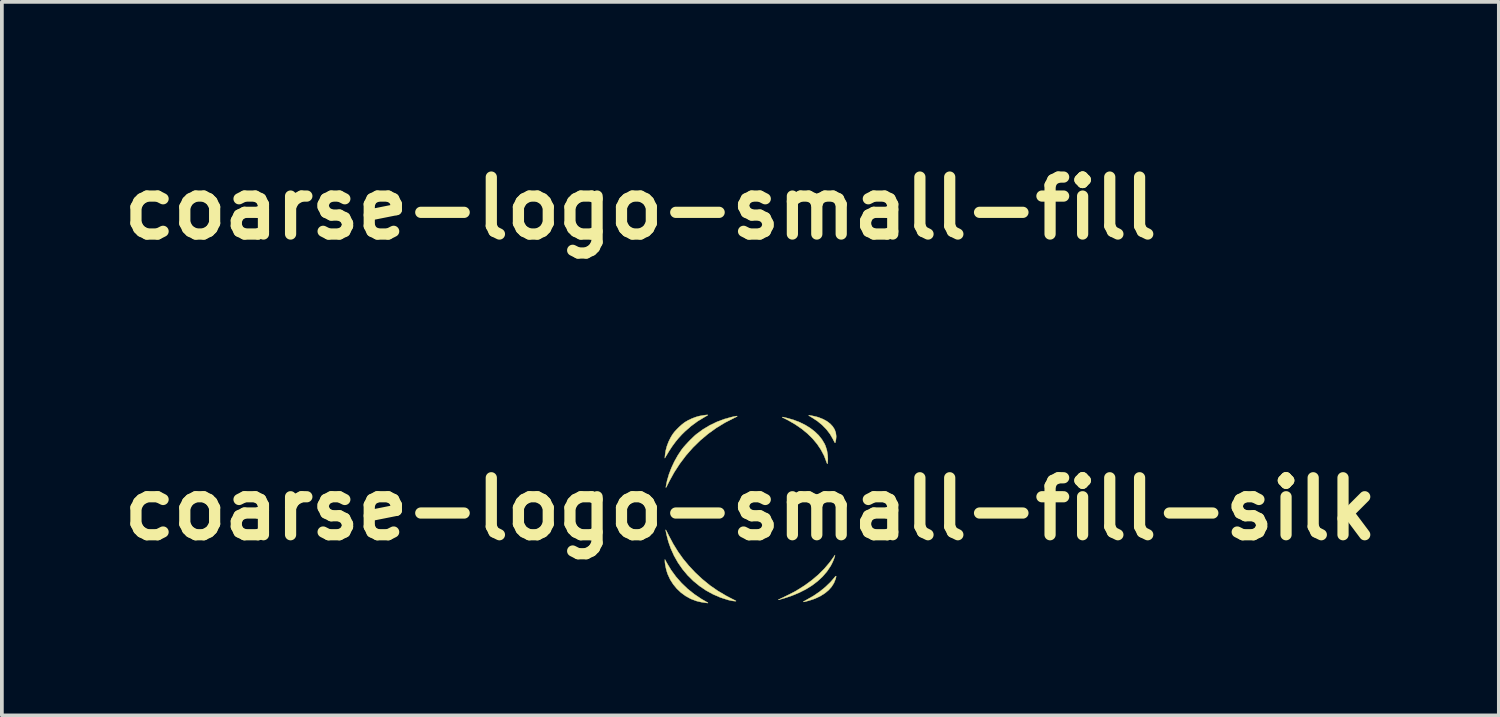
<source format=kicad_pcb>
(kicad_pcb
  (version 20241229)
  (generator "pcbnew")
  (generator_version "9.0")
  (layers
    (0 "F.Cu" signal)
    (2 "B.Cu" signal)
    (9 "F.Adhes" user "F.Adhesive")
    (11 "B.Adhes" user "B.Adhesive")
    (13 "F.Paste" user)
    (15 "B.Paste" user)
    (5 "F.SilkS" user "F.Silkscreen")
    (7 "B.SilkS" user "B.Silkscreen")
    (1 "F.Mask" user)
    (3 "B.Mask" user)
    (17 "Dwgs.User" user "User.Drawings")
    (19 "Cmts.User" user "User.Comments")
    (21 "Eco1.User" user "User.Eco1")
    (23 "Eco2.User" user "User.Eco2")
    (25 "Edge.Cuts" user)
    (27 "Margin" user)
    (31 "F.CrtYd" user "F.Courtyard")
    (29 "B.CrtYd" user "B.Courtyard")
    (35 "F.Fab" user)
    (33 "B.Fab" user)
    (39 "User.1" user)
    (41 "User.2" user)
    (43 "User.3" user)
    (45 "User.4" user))
  (footprint "coarse-logo-small-fill"
    (layer "F.Cu")
    (at 14.086 2.522)
    (property "Reference" "coarse-logo-small-fill" (at 0 0 0) (layer "F.SilkS") (effects (font (size 1.524 1.524) (thickness 0.3))))
    (attr through_hole)
    (fp_poly (pts (xy 2.295 1.815) (xy 2.286 1.851) (xy 2.28 1.874) (xy 2.237 1.981) (xy 2.175 2.081) (xy 2.094 2.172) (xy 1.994 2.255) (xy 1.877 2.329) (xy 1.743 2.393) (xy 1.731 2.398) (xy 1.685 2.415) (xy 1.631 2.433) (xy 1.574 2.45) (xy 1.518 2.466) (xy 1.47 2.478) (xy 1.433 2.485) (xy 1.417 2.487) (xy 1.418 2.483) (xy 1.435 2.471) (xy 1.465 2.453) (xy 1.505 2.431) (xy 1.508 2.429) (xy 1.687 2.327) (xy 1.853 2.214) (xy 2.005 2.091) (xy 2.141 1.961) (xy 2.234 1.854) (xy 2.265 1.817) (xy 2.285 1.798) (xy 2.295 1.797) (xy 2.295 1.815)) (stroke (width 0.01) (type solid)) (fill yes) (layer "F.Mask"))
    (fp_poly (pts (xy -2.237 1.439) (xy -2.123 1.63) (xy -1.991 1.811) (xy -1.842 1.981) (xy -1.678 2.138) (xy -1.499 2.281) (xy -1.307 2.41) (xy -1.23 2.454) (xy -1.18 2.483) (xy -1.148 2.503) (xy -1.133 2.514) (xy -1.135 2.518) (xy -1.14 2.517) (xy -1.156 2.515) (xy -1.18 2.512) (xy -1.306 2.494) (xy -1.413 2.47) (xy -1.455 2.458) (xy -1.598 2.403) (xy -1.731 2.329) (xy -1.855 2.239) (xy -1.966 2.134) (xy -2.063 2.016) (xy -2.145 1.887) (xy -2.209 1.749) (xy -2.223 1.71) (xy -2.245 1.638) (xy -2.263 1.562) (xy -2.277 1.49) (xy -2.285 1.427) (xy -2.286 1.398) (xy -2.286 1.349) (xy -2.237 1.439)) (stroke (width 0.01) (type solid)) (fill yes) (layer "F.Mask"))
    (fp_poly (pts (xy 0.884 -2.455) (xy 0.928 -2.445) (xy 0.984 -2.432) (xy 1.156 -2.383) (xy 1.317 -2.321) (xy 1.466 -2.248) (xy 1.602 -2.164) (xy 1.723 -2.071) (xy 1.828 -1.97) (xy 1.915 -1.86) (xy 1.985 -1.744) (xy 2.009 -1.691) (xy 2.048 -1.57) (xy 2.069 -1.442) (xy 2.074 -1.342) (xy 2.072 -1.279) (xy 2.069 -1.236) (xy 2.065 -1.214) (xy 2.058 -1.211) (xy 2.049 -1.226) (xy 2.038 -1.256) (xy 1.975 -1.422) (xy 1.891 -1.582) (xy 1.789 -1.735) (xy 1.668 -1.88) (xy 1.528 -2.018) (xy 1.371 -2.146) (xy 1.197 -2.265) (xy 1.007 -2.375) (xy 0.942 -2.408) (xy 0.895 -2.431) (xy 0.865 -2.447) (xy 0.853 -2.456) (xy 0.859 -2.459) (xy 0.884 -2.455)) (stroke (width 0.01) (type solid)) (fill yes) (layer "F.Mask"))
    (fp_poly (pts (xy 1.601 -2.502) (xy 1.641 -2.495) (xy 1.688 -2.485) (xy 1.736 -2.474) (xy 1.783 -2.463) (xy 1.822 -2.451) (xy 1.83 -2.449) (xy 1.949 -2.401) (xy 2.051 -2.345) (xy 2.137 -2.279) (xy 2.205 -2.206) (xy 2.255 -2.126) (xy 2.286 -2.04) (xy 2.297 -1.949) (xy 2.297 -1.946) (xy 2.295 -1.906) (xy 2.291 -1.863) (xy 2.284 -1.823) (xy 2.277 -1.791) (xy 2.27 -1.771) (xy 2.266 -1.768) (xy 2.259 -1.777) (xy 2.245 -1.802) (xy 2.226 -1.837) (xy 2.209 -1.871) (xy 2.133 -2.003) (xy 2.037 -2.128) (xy 1.923 -2.245) (xy 1.793 -2.352) (xy 1.646 -2.448) (xy 1.638 -2.453) (xy 1.602 -2.474) (xy 1.575 -2.492) (xy 1.56 -2.502) (xy 1.559 -2.505) (xy 1.572 -2.505) (xy 1.601 -2.502)) (stroke (width 0.01) (type solid)) (fill yes) (layer "F.Mask"))
    (fp_poly (pts (xy -1.136 -2.515) (xy -1.142 -2.509) (xy -1.164 -2.494) (xy -1.197 -2.475) (xy -1.223 -2.46) (xy -1.407 -2.349) (xy -1.585 -2.218) (xy -1.753 -2.071) (xy -1.837 -1.988) (xy -1.924 -1.892) (xy -2.006 -1.792) (xy -2.086 -1.683) (xy -2.167 -1.561) (xy -2.25 -1.423) (xy -2.254 -1.418) (xy -2.288 -1.36) (xy -2.282 -1.439) (xy -2.265 -1.557) (xy -2.232 -1.681) (xy -2.185 -1.804) (xy -2.126 -1.922) (xy -2.074 -2.005) (xy -2.029 -2.064) (xy -1.97 -2.128) (xy -1.904 -2.194) (xy -1.836 -2.255) (xy -1.771 -2.306) (xy -1.747 -2.323) (xy -1.662 -2.373) (xy -1.564 -2.419) (xy -1.464 -2.457) (xy -1.401 -2.476) (xy -1.36 -2.486) (xy -1.313 -2.495) (xy -1.263 -2.503) (xy -1.216 -2.51) (xy -1.176 -2.515) (xy -1.147 -2.517) (xy -1.136 -2.515)) (stroke (width 0.01) (type solid)) (fill yes) (layer "F.Mask"))
    (fp_poly (pts (xy 2.259 1.265) (xy 2.247 1.306) (xy 2.228 1.359) (xy 2.203 1.418) (xy 2.175 1.476) (xy 2.147 1.528) (xy 2.146 1.529) (xy 2.05 1.673) (xy 1.935 1.807) (xy 1.801 1.932) (xy 1.651 2.046) (xy 1.484 2.15) (xy 1.3 2.243) (xy 1.101 2.325) (xy 0.921 2.384) (xy 0.87 2.399) (xy 0.824 2.412) (xy 0.787 2.422) (xy 0.767 2.427) (xy 0.746 2.431) (xy 0.745 2.43) (xy 0.762 2.422) (xy 0.843 2.384) (xy 0.926 2.344) (xy 1.009 2.303) (xy 1.087 2.264) (xy 1.156 2.228) (xy 1.212 2.198) (xy 1.234 2.185) (xy 1.446 2.052) (xy 1.641 1.91) (xy 1.818 1.76) (xy 1.976 1.603) (xy 2.115 1.44) (xy 2.17 1.367) (xy 2.197 1.328) (xy 2.223 1.292) (xy 2.242 1.266) (xy 2.247 1.259) (xy 2.266 1.233) (xy 2.259 1.265)) (stroke (width 0.01) (type solid)) (fill yes) (layer "F.Mask"))
    (fp_poly (pts (xy -0.349 -2.482) (xy -0.361 -2.472) (xy -0.39 -2.456) (xy -0.434 -2.435) (xy -0.678 -2.31) (xy -0.911 -2.168) (xy -1.133 -2.008) (xy -1.342 -1.832) (xy -1.537 -1.641) (xy -1.719 -1.434) (xy -1.886 -1.213) (xy -2.038 -0.979) (xy -2.174 -0.732) (xy -2.192 -0.695) (xy -2.22 -0.64) (xy -2.239 -0.602) (xy -2.252 -0.58) (xy -2.258 -0.573) (xy -2.261 -0.578) (xy -2.259 -0.593) (xy -2.227 -0.757) (xy -2.177 -0.928) (xy -2.112 -1.099) (xy -2.033 -1.268) (xy -1.942 -1.431) (xy -1.84 -1.584) (xy -1.824 -1.605) (xy -1.782 -1.658) (xy -1.728 -1.719) (xy -1.666 -1.786) (xy -1.601 -1.853) (xy -1.537 -1.915) (xy -1.479 -1.97) (xy -1.439 -2.003) (xy -1.269 -2.128) (xy -1.085 -2.238) (xy -0.892 -2.331) (xy -0.692 -2.406) (xy -0.495 -2.46) (xy -0.429 -2.474) (xy -0.383 -2.483) (xy -0.356 -2.485) (xy -0.349 -2.482)) (stroke (width 0.01) (type solid)) (fill yes) (layer "F.Mask"))
    (fp_poly (pts (xy -2.26 0.562) (xy -2.248 0.583) (xy -2.229 0.618) (xy -2.206 0.664) (xy -2.181 0.714) (xy -2.063 0.936) (xy -1.936 1.142) (xy -1.798 1.335) (xy -1.645 1.52) (xy -1.477 1.699) (xy -1.282 1.881) (xy -1.081 2.045) (xy -0.869 2.192) (xy -0.644 2.325) (xy -0.524 2.388) (xy -0.475 2.413) (xy -0.433 2.434) (xy -0.401 2.451) (xy -0.384 2.46) (xy -0.382 2.462) (xy -0.385 2.466) (xy -0.404 2.467) (xy -0.436 2.464) (xy -0.477 2.459) (xy -0.523 2.45) (xy -0.571 2.44) (xy -0.597 2.433) (xy -0.801 2.368) (xy -0.997 2.283) (xy -1.184 2.181) (xy -1.359 2.062) (xy -1.523 1.928) (xy -1.674 1.779) (xy -1.811 1.616) (xy -1.933 1.441) (xy -2.039 1.255) (xy -2.128 1.058) (xy -2.185 0.898) (xy -2.2 0.848) (xy -2.215 0.79) (xy -2.23 0.731) (xy -2.244 0.673) (xy -2.255 0.622) (xy -2.262 0.582) (xy -2.265 0.558) (xy -2.265 0.557) (xy -2.26 0.562)) (stroke (width 0.01) (type solid)) (fill yes) (layer "F.Mask")))
  (footprint "coarse-logo-small-fill-silk"
    (layer "F.Cu")
    (at 17.025 10.567)
    (property "Reference" "coarse-logo-small-fill-silk" (at 0 0 0) (layer "F.SilkS") (effects (font (size 1.524 1.524) (thickness 0.3))))
    (attr through_hole)
    (fp_poly (pts (xy 2.295 1.815) (xy 2.286 1.851) (xy 2.28 1.874) (xy 2.237 1.981) (xy 2.175 2.081) (xy 2.094 2.172) (xy 1.994 2.255) (xy 1.877 2.329) (xy 1.743 2.393) (xy 1.731 2.398) (xy 1.685 2.415) (xy 1.631 2.433) (xy 1.574 2.45) (xy 1.518 2.466) (xy 1.47 2.478) (xy 1.433 2.485) (xy 1.417 2.487) (xy 1.418 2.483) (xy 1.435 2.471) (xy 1.465 2.453) (xy 1.505 2.431) (xy 1.508 2.429) (xy 1.687 2.327) (xy 1.853 2.214) (xy 2.005 2.091) (xy 2.141 1.961) (xy 2.234 1.854) (xy 2.265 1.817) (xy 2.285 1.798) (xy 2.295 1.797) (xy 2.295 1.815)) (stroke (width 0.01) (type solid)) (fill yes) (layer "F.SilkS"))
    (fp_poly (pts (xy -2.237 1.439) (xy -2.123 1.63) (xy -1.991 1.811) (xy -1.842 1.981) (xy -1.678 2.138) (xy -1.499 2.281) (xy -1.307 2.41) (xy -1.23 2.454) (xy -1.18 2.483) (xy -1.148 2.503) (xy -1.133 2.514) (xy -1.135 2.518) (xy -1.14 2.517) (xy -1.156 2.515) (xy -1.18 2.512) (xy -1.306 2.494) (xy -1.413 2.47) (xy -1.455 2.458) (xy -1.598 2.403) (xy -1.731 2.329) (xy -1.855 2.239) (xy -1.966 2.134) (xy -2.063 2.016) (xy -2.145 1.887) (xy -2.209 1.749) (xy -2.223 1.71) (xy -2.245 1.638) (xy -2.263 1.562) (xy -2.277 1.49) (xy -2.285 1.427) (xy -2.286 1.398) (xy -2.286 1.349) (xy -2.237 1.439)) (stroke (width 0.01) (type solid)) (fill yes) (layer "F.SilkS"))
    (fp_poly (pts (xy 0.884 -2.455) (xy 0.928 -2.445) (xy 0.984 -2.432) (xy 1.156 -2.383) (xy 1.317 -2.321) (xy 1.466 -2.248) (xy 1.602 -2.164) (xy 1.723 -2.071) (xy 1.828 -1.97) (xy 1.915 -1.86) (xy 1.985 -1.744) (xy 2.009 -1.691) (xy 2.048 -1.57) (xy 2.069 -1.442) (xy 2.074 -1.342) (xy 2.072 -1.279) (xy 2.069 -1.236) (xy 2.065 -1.214) (xy 2.058 -1.211) (xy 2.049 -1.226) (xy 2.038 -1.256) (xy 1.975 -1.422) (xy 1.891 -1.582) (xy 1.789 -1.735) (xy 1.668 -1.88) (xy 1.528 -2.018) (xy 1.371 -2.146) (xy 1.197 -2.265) (xy 1.007 -2.375) (xy 0.942 -2.408) (xy 0.895 -2.431) (xy 0.865 -2.447) (xy 0.853 -2.456) (xy 0.859 -2.459) (xy 0.884 -2.455)) (stroke (width 0.01) (type solid)) (fill yes) (layer "F.SilkS"))
    (fp_poly (pts (xy 1.601 -2.502) (xy 1.641 -2.495) (xy 1.688 -2.485) (xy 1.736 -2.474) (xy 1.783 -2.463) (xy 1.822 -2.451) (xy 1.83 -2.449) (xy 1.949 -2.401) (xy 2.051 -2.345) (xy 2.137 -2.279) (xy 2.205 -2.206) (xy 2.255 -2.126) (xy 2.286 -2.04) (xy 2.297 -1.949) (xy 2.297 -1.946) (xy 2.295 -1.906) (xy 2.291 -1.863) (xy 2.284 -1.823) (xy 2.277 -1.791) (xy 2.27 -1.771) (xy 2.266 -1.768) (xy 2.259 -1.777) (xy 2.245 -1.802) (xy 2.226 -1.837) (xy 2.209 -1.871) (xy 2.133 -2.003) (xy 2.037 -2.128) (xy 1.923 -2.245) (xy 1.793 -2.352) (xy 1.646 -2.448) (xy 1.638 -2.453) (xy 1.602 -2.474) (xy 1.575 -2.492) (xy 1.56 -2.502) (xy 1.559 -2.505) (xy 1.572 -2.505) (xy 1.601 -2.502)) (stroke (width 0.01) (type solid)) (fill yes) (layer "F.SilkS"))
    (fp_poly (pts (xy -1.136 -2.515) (xy -1.142 -2.509) (xy -1.164 -2.494) (xy -1.197 -2.475) (xy -1.223 -2.46) (xy -1.407 -2.349) (xy -1.585 -2.218) (xy -1.753 -2.071) (xy -1.837 -1.988) (xy -1.924 -1.892) (xy -2.006 -1.792) (xy -2.086 -1.683) (xy -2.167 -1.561) (xy -2.25 -1.423) (xy -2.254 -1.418) (xy -2.288 -1.36) (xy -2.282 -1.439) (xy -2.265 -1.557) (xy -2.232 -1.681) (xy -2.185 -1.804) (xy -2.126 -1.922) (xy -2.074 -2.005) (xy -2.029 -2.064) (xy -1.97 -2.128) (xy -1.904 -2.194) (xy -1.836 -2.255) (xy -1.771 -2.306) (xy -1.747 -2.323) (xy -1.662 -2.373) (xy -1.564 -2.419) (xy -1.464 -2.457) (xy -1.401 -2.476) (xy -1.36 -2.486) (xy -1.313 -2.495) (xy -1.263 -2.503) (xy -1.216 -2.51) (xy -1.176 -2.515) (xy -1.147 -2.517) (xy -1.136 -2.515)) (stroke (width 0.01) (type solid)) (fill yes) (layer "F.SilkS"))
    (fp_poly (pts (xy 2.259 1.265) (xy 2.247 1.306) (xy 2.228 1.359) (xy 2.203 1.418) (xy 2.175 1.476) (xy 2.147 1.528) (xy 2.146 1.529) (xy 2.05 1.673) (xy 1.935 1.807) (xy 1.801 1.932) (xy 1.651 2.046) (xy 1.484 2.15) (xy 1.3 2.243) (xy 1.101 2.325) (xy 0.921 2.384) (xy 0.87 2.399) (xy 0.824 2.412) (xy 0.787 2.422) (xy 0.767 2.427) (xy 0.746 2.431) (xy 0.745 2.43) (xy 0.762 2.422) (xy 0.843 2.384) (xy 0.926 2.344) (xy 1.009 2.303) (xy 1.087 2.264) (xy 1.156 2.228) (xy 1.212 2.198) (xy 1.234 2.185) (xy 1.446 2.052) (xy 1.641 1.91) (xy 1.818 1.76) (xy 1.976 1.603) (xy 2.115 1.44) (xy 2.17 1.367) (xy 2.197 1.328) (xy 2.223 1.292) (xy 2.242 1.266) (xy 2.247 1.259) (xy 2.266 1.233) (xy 2.259 1.265)) (stroke (width 0.01) (type solid)) (fill yes) (layer "F.SilkS"))
    (fp_poly (pts (xy -0.349 -2.482) (xy -0.361 -2.472) (xy -0.39 -2.456) (xy -0.434 -2.435) (xy -0.678 -2.31) (xy -0.911 -2.168) (xy -1.133 -2.008) (xy -1.342 -1.832) (xy -1.537 -1.641) (xy -1.719 -1.434) (xy -1.886 -1.213) (xy -2.038 -0.979) (xy -2.174 -0.732) (xy -2.192 -0.695) (xy -2.22 -0.64) (xy -2.239 -0.602) (xy -2.252 -0.58) (xy -2.258 -0.573) (xy -2.261 -0.578) (xy -2.259 -0.593) (xy -2.227 -0.757) (xy -2.177 -0.928) (xy -2.112 -1.099) (xy -2.033 -1.268) (xy -1.942 -1.431) (xy -1.84 -1.584) (xy -1.824 -1.605) (xy -1.782 -1.658) (xy -1.728 -1.719) (xy -1.666 -1.786) (xy -1.601 -1.853) (xy -1.537 -1.915) (xy -1.479 -1.97) (xy -1.439 -2.003) (xy -1.269 -2.128) (xy -1.085 -2.238) (xy -0.892 -2.331) (xy -0.692 -2.406) (xy -0.495 -2.46) (xy -0.429 -2.474) (xy -0.383 -2.483) (xy -0.356 -2.485) (xy -0.349 -2.482)) (stroke (width 0.01) (type solid)) (fill yes) (layer "F.SilkS"))
    (fp_poly (pts (xy -2.26 0.562) (xy -2.248 0.583) (xy -2.229 0.618) (xy -2.206 0.664) (xy -2.181 0.714) (xy -2.063 0.936) (xy -1.936 1.142) (xy -1.798 1.335) (xy -1.645 1.52) (xy -1.477 1.699) (xy -1.282 1.881) (xy -1.081 2.045) (xy -0.869 2.192) (xy -0.644 2.325) (xy -0.524 2.388) (xy -0.475 2.413) (xy -0.433 2.434) (xy -0.401 2.451) (xy -0.384 2.46) (xy -0.382 2.462) (xy -0.385 2.466) (xy -0.404 2.467) (xy -0.436 2.464) (xy -0.477 2.459) (xy -0.523 2.45) (xy -0.571 2.44) (xy -0.597 2.433) (xy -0.801 2.368) (xy -0.997 2.283) (xy -1.184 2.181) (xy -1.359 2.062) (xy -1.523 1.928) (xy -1.674 1.779) (xy -1.811 1.616) (xy -1.933 1.441) (xy -2.039 1.255) (xy -2.128 1.058) (xy -2.185 0.898) (xy -2.2 0.848) (xy -2.215 0.79) (xy -2.23 0.731) (xy -2.244 0.673) (xy -2.255 0.622) (xy -2.262 0.582) (xy -2.265 0.558) (xy -2.265 0.557) (xy -2.26 0.562)) (stroke (width 0.01) (type solid)) (fill yes) (layer "F.SilkS")))
  (gr_rect
    (start -3 -3)
    (end 37.051 16.09)
    (stroke (width 0.1) (type default))
    (fill no)
    (layer "Edge.Cuts")))
</source>
